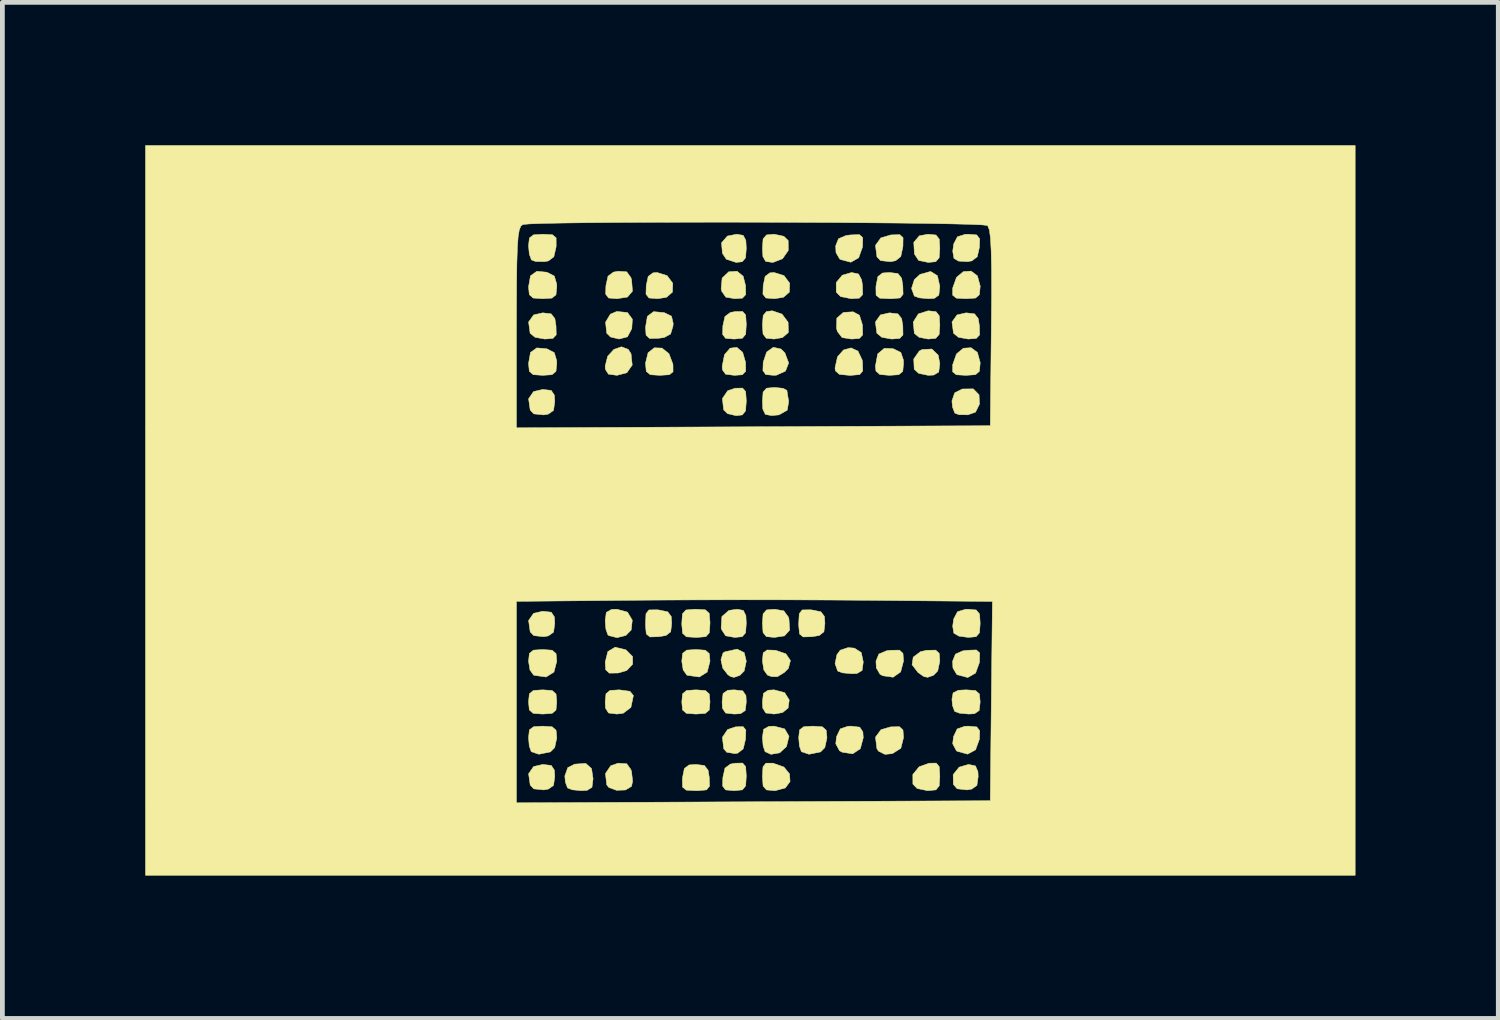
<source format=kicad_pcb>
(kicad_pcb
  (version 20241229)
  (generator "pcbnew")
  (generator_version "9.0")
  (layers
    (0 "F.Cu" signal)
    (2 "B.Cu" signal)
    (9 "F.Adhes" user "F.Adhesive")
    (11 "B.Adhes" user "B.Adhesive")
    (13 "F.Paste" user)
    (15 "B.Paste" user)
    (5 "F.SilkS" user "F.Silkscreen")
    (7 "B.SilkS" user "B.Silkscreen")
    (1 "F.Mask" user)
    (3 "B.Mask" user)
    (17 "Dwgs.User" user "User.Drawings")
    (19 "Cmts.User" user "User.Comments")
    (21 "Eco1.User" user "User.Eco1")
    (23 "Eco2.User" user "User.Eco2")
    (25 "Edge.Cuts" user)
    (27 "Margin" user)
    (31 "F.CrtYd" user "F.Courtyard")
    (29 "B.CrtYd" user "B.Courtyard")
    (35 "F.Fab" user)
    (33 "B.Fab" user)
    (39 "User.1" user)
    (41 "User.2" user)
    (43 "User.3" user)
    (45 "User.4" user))
  (footprint "OL45Logo"
    (layer "F.Cu")
    (at 12.705 7.625)
    (property "Reference" "OL45Logo" (at 0 0 0) (layer "F.SilkS") (effects (font (size 1.524 1.524) (thickness 0.3))))
    (attr through_hole)
    (fp_poly (pts (xy -2.58 -4.113) (xy -2.477 -3.973) (xy -2.489 -3.774) (xy -2.58 -3.603) (xy -2.756 -3.556) (xy -2.935 -3.599) (xy -3.015 -3.678) (xy -3.04 -3.91) (xy -2.939 -4.079) (xy -2.805 -4.135) (xy -2.58 -4.113)) (stroke (width 0.01) (type solid)) (fill yes) (layer "F.SilkS"))
    (fp_poly (pts (xy -4.182 -4.085) (xy -4.104 -3.985) (xy -4.08 -3.831) (xy -4.076 -3.643) (xy -4.146 -3.569) (xy -4.315 -3.556) (xy -4.521 -3.593) (xy -4.624 -3.678) (xy -4.656 -3.914) (xy -4.549 -4.063) (xy -4.359 -4.106) (xy -4.182 -4.085)) (stroke (width 0.01) (type solid)) (fill yes) (layer "F.SilkS"))
    (fp_poly (pts (xy -4.18 -2.477) (xy -4.114 -2.377) (xy -4.106 -2.244) (xy -4.132 -2.058) (xy -4.242 -1.98) (xy -4.34 -1.963) (xy -4.547 -1.985) (xy -4.622 -2.064) (xy -4.656 -2.302) (xy -4.552 -2.453) (xy -4.359 -2.498) (xy -4.18 -2.477)) (stroke (width 0.01) (type solid)) (fill yes) (layer "F.SilkS"))
    (fp_poly (pts (xy -4.18 2.18) (xy -4.114 2.279) (xy -4.106 2.413) (xy -4.132 2.599) (xy -4.242 2.677) (xy -4.34 2.694) (xy -4.547 2.671) (xy -4.622 2.593) (xy -4.656 2.354) (xy -4.552 2.204) (xy -4.359 2.159) (xy -4.18 2.18)) (stroke (width 0.01) (type solid)) (fill yes) (layer "F.SilkS"))
    (fp_poly (pts (xy -4.18 5.397) (xy -4.114 5.497) (xy -4.106 5.63) (xy -4.132 5.816) (xy -4.242 5.894) (xy -4.34 5.911) (xy -4.547 5.889) (xy -4.622 5.81) (xy -4.656 5.572) (xy -4.552 5.421) (xy -4.359 5.376) (xy -4.18 5.397)) (stroke (width 0.01) (type solid)) (fill yes) (layer "F.SilkS"))
    (fp_poly (pts (xy -2.615 2.969) (xy -2.613 2.969) (xy -2.472 3.111) (xy -2.471 3.271) (xy -2.594 3.403) (xy -2.773 3.456) (xy -2.961 3.459) (xy -3.036 3.39) (xy -3.048 3.232) (xy -2.992 3.006) (xy -2.839 2.914) (xy -2.615 2.969)) (stroke (width 0.01) (type solid)) (fill yes) (layer "F.SilkS"))
    (fp_poly (pts (xy -2.563 -3.339) (xy -2.505 -3.248) (xy -2.48 -3.01) (xy -2.593 -2.848) (xy -2.8 -2.794) (xy -2.98 -2.819) (xy -3.044 -2.921) (xy -3.048 -2.989) (xy -2.995 -3.196) (xy -2.865 -3.338) (xy -2.706 -3.393) (xy -2.563 -3.339)) (stroke (width 0.01) (type solid)) (fill yes) (layer "F.SilkS"))
    (fp_poly (pts (xy -2.527 3.841) (xy -2.455 3.93) (xy -2.508 4.179) (xy -2.671 4.302) (xy -2.803 4.318) (xy -2.977 4.296) (xy -3.041 4.194) (xy -3.048 4.064) (xy -3.031 3.893) (xy -2.948 3.823) (xy -2.752 3.81) (xy -2.527 3.841)) (stroke (width 0.01) (type solid)) (fill yes) (layer "F.SilkS"))
    (fp_poly (pts (xy -1.748 -4.888) (xy -1.629 -4.728) (xy -1.635 -4.541) (xy -1.762 -4.432) (xy -1.95 -4.403) (xy -2.128 -4.418) (xy -2.191 -4.498) (xy -2.186 -4.678) (xy -2.144 -4.872) (xy -2.044 -4.946) (xy -1.957 -4.953) (xy -1.748 -4.888)) (stroke (width 0.01) (type solid)) (fill yes) (layer "F.SilkS"))
    (fp_poly (pts (xy -0.161 -3.277) (xy -0.1 -3.068) (xy -0.097 -2.88) (xy -0.167 -2.806) (xy -0.333 -2.794) (xy -0.519 -2.817) (xy -0.586 -2.91) (xy -0.591 -2.985) (xy -0.542 -3.229) (xy -0.425 -3.364) (xy -0.284 -3.382) (xy -0.161 -3.277)) (stroke (width 0.01) (type solid)) (fill yes) (layer "F.SilkS"))
    (fp_poly (pts (xy -0.15 -4.875) (xy -0.1 -4.677) (xy -0.097 -4.489) (xy -0.166 -4.415) (xy -0.323 -4.403) (xy -0.514 -4.435) (xy -0.6 -4.558) (xy -0.613 -4.614) (xy -0.592 -4.837) (xy -0.454 -4.968) (xy -0.279 -4.98) (xy -0.15 -4.875)) (stroke (width 0.01) (type solid)) (fill yes) (layer "F.SilkS"))
    (fp_poly (pts (xy -0.149 -5.733) (xy -0.094 -5.628) (xy -0.085 -5.461) (xy -0.1 -5.261) (xy -0.171 -5.179) (xy -0.299 -5.165) (xy -0.503 -5.231) (xy -0.586 -5.355) (xy -0.605 -5.577) (xy -0.482 -5.718) (xy -0.286 -5.757) (xy -0.149 -5.733)) (stroke (width 0.01) (type solid)) (fill yes) (layer "F.SilkS"))
    (fp_poly (pts (xy -0.094 4.654) (xy -0.1 4.841) (xy -0.149 5.049) (xy -0.264 5.138) (xy -0.318 5.149) (xy -0.494 5.121) (xy -0.558 5.049) (xy -0.587 4.807) (xy -0.477 4.643) (xy -0.311 4.587) (xy -0.151 4.583) (xy -0.094 4.654)) (stroke (width 0.01) (type solid)) (fill yes) (layer "F.SilkS"))
    (fp_poly (pts (xy 0.645 -3.346) (xy 0.726 -3.265) (xy 0.805 -3.054) (xy 0.738 -2.883) (xy 0.547 -2.797) (xy 0.493 -2.794) (xy 0.323 -2.81) (xy 0.264 -2.894) (xy 0.27 -3.068) (xy 0.343 -3.284) (xy 0.483 -3.383) (xy 0.645 -3.346)) (stroke (width 0.01) (type solid)) (fill yes) (layer "F.SilkS"))
    (fp_poly (pts (xy 0.707 -4.888) (xy 0.826 -4.728) (xy 0.82 -4.541) (xy 0.693 -4.432) (xy 0.505 -4.403) (xy 0.327 -4.418) (xy 0.264 -4.498) (xy 0.27 -4.678) (xy 0.311 -4.872) (xy 0.411 -4.946) (xy 0.499 -4.953) (xy 0.707 -4.888)) (stroke (width 0.01) (type solid)) (fill yes) (layer "F.SilkS"))
    (fp_poly (pts (xy 0.72 3.868) (xy 0.817 4.022) (xy 0.793 4.191) (xy 0.678 4.286) (xy 0.499 4.318) (xy 0.325 4.296) (xy 0.261 4.194) (xy 0.254 4.064) (xy 0.275 3.884) (xy 0.374 3.818) (xy 0.499 3.81) (xy 0.72 3.868)) (stroke (width 0.01) (type solid)) (fill yes) (layer "F.SilkS"))
    (fp_poly (pts (xy 0.721 4.63) (xy 0.812 4.784) (xy 0.759 5.001) (xy 0.618 5.131) (xy 0.433 5.164) (xy 0.31 5.108) (xy 0.269 4.99) (xy 0.254 4.812) (xy 0.278 4.639) (xy 0.386 4.578) (xy 0.499 4.572) (xy 0.721 4.63)) (stroke (width 0.01) (type solid)) (fill yes) (layer "F.SilkS"))
    (fp_poly (pts (xy 2.272 -4.922) (xy 2.338 -4.796) (xy 2.355 -4.678) (xy 2.359 -4.489) (xy 2.289 -4.415) (xy 2.119 -4.403) (xy 1.895 -4.448) (xy 1.804 -4.541) (xy 1.803 -4.742) (xy 1.93 -4.896) (xy 2.126 -4.953) (xy 2.272 -4.922)) (stroke (width 0.01) (type solid)) (fill yes) (layer "F.SilkS"))
    (fp_poly (pts (xy 3.099 -4.085) (xy 3.177 -3.985) (xy 3.202 -3.831) (xy 3.205 -3.643) (xy 3.136 -3.569) (xy 2.966 -3.556) (xy 2.761 -3.593) (xy 2.657 -3.678) (xy 2.626 -3.914) (xy 2.732 -4.063) (xy 2.922 -4.106) (xy 3.099 -4.085)) (stroke (width 0.01) (type solid)) (fill yes) (layer "F.SilkS"))
    (fp_poly (pts (xy 3.205 4.653) (xy 3.217 4.812) (xy 3.16 5.037) (xy 2.983 5.149) (xy 2.827 5.165) (xy 2.691 5.097) (xy 2.657 5.043) (xy 2.628 4.803) (xy 2.744 4.646) (xy 2.943 4.588) (xy 3.131 4.584) (xy 3.205 4.653)) (stroke (width 0.01) (type solid)) (fill yes) (layer "F.SilkS"))
    (fp_poly (pts (xy 3.899 -5.74) (xy 3.967 -5.653) (xy 3.979 -5.461) (xy 3.965 -5.262) (xy 3.893 -5.18) (xy 3.735 -5.165) (xy 3.533 -5.207) (xy 3.445 -5.342) (xy 3.432 -5.587) (xy 3.549 -5.724) (xy 3.734 -5.757) (xy 3.899 -5.74)) (stroke (width 0.01) (type solid)) (fill yes) (layer "F.SilkS"))
    (fp_poly (pts (xy 3.899 -4.131) (xy 3.967 -4.044) (xy 3.979 -3.852) (xy 3.965 -3.653) (xy 3.893 -3.571) (xy 3.734 -3.556) (xy 3.543 -3.593) (xy 3.444 -3.675) (xy 3.42 -3.912) (xy 3.528 -4.084) (xy 3.735 -4.149) (xy 3.899 -4.131)) (stroke (width 0.01) (type solid)) (fill yes) (layer "F.SilkS"))
    (fp_poly (pts (xy 3.945 -3.218) (xy 3.979 -3.039) (xy 3.956 -2.863) (xy 3.85 -2.8) (xy 3.734 -2.794) (xy 3.536 -2.835) (xy 3.441 -2.921) (xy 3.431 -3.136) (xy 3.546 -3.303) (xy 3.605 -3.335) (xy 3.811 -3.347) (xy 3.945 -3.218)) (stroke (width 0.01) (type solid)) (fill yes) (layer "F.SilkS"))
    (fp_poly (pts (xy 4.708 -4.085) (xy 4.786 -3.985) (xy 4.81 -3.831) (xy 4.814 -3.643) (xy 4.744 -3.569) (xy 4.575 -3.556) (xy 4.369 -3.593) (xy 4.266 -3.678) (xy 4.234 -3.914) (xy 4.341 -4.063) (xy 4.531 -4.106) (xy 4.708 -4.085)) (stroke (width 0.01) (type solid)) (fill yes) (layer "F.SilkS"))
    (fp_poly (pts (xy 4.726 5.406) (xy 4.779 5.527) (xy 4.784 5.63) (xy 4.758 5.816) (xy 4.648 5.894) (xy 4.55 5.911) (xy 4.342 5.887) (xy 4.262 5.794) (xy 4.259 5.589) (xy 4.385 5.433) (xy 4.581 5.376) (xy 4.726 5.406)) (stroke (width 0.01) (type solid)) (fill yes) (layer "F.SilkS"))
    (fp_poly (pts (xy 4.802 -2.386) (xy 4.812 -2.19) (xy 4.728 -2.021) (xy 4.569 -1.965) (xy 4.384 -1.967) (xy 4.294 -2) (xy 4.246 -2.125) (xy 4.233 -2.256) (xy 4.291 -2.427) (xy 4.451 -2.507) (xy 4.681 -2.51) (xy 4.802 -2.386)) (stroke (width 0.01) (type solid)) (fill yes) (layer "F.SilkS"))
    (fp_poly (pts (xy -4.271 -4.959) (xy -4.116 -4.879) (xy -4.065 -4.708) (xy -4.064 -4.655) (xy -4.081 -4.485) (xy -4.165 -4.416) (xy -4.36 -4.403) (xy -4.56 -4.417) (xy -4.641 -4.489) (xy -4.657 -4.652) (xy -4.616 -4.884) (xy -4.483 -4.979) (xy -4.271 -4.959)) (stroke (width 0.01) (type solid)) (fill yes) (layer "F.SilkS"))
    (fp_poly (pts (xy -4.271 -3.351) (xy -4.116 -3.27) (xy -4.065 -3.099) (xy -4.064 -3.046) (xy -4.081 -2.877) (xy -4.165 -2.807) (xy -4.36 -2.794) (xy -4.56 -2.808) (xy -4.641 -2.88) (xy -4.657 -3.043) (xy -4.616 -3.275) (xy -4.483 -3.37) (xy -4.271 -3.351)) (stroke (width 0.01) (type solid)) (fill yes) (layer "F.SilkS"))
    (fp_poly (pts (xy -4.161 3.824) (xy -4.08 3.896) (xy -4.064 4.064) (xy -4.081 4.235) (xy -4.164 4.305) (xy -4.36 4.318) (xy -4.559 4.304) (xy -4.641 4.232) (xy -4.657 4.064) (xy -4.64 3.893) (xy -4.556 3.823) (xy -4.36 3.81) (xy -4.161 3.824)) (stroke (width 0.01) (type solid)) (fill yes) (layer "F.SilkS"))
    (fp_poly (pts (xy -4.161 2.978) (xy -4.079 3.049) (xy -4.064 3.208) (xy -4.124 3.437) (xy -4.289 3.54) (xy -4.537 3.505) (xy -4.551 3.5) (xy -4.627 3.393) (xy -4.657 3.21) (xy -4.639 3.044) (xy -4.554 2.976) (xy -4.36 2.963) (xy -4.161 2.978)) (stroke (width 0.01) (type solid)) (fill yes) (layer "F.SilkS"))
    (fp_poly (pts (xy -4.161 4.586) (xy -4.079 4.658) (xy -4.064 4.817) (xy -4.108 5.023) (xy -4.198 5.113) (xy -4.441 5.162) (xy -4.6 5.108) (xy -4.642 4.99) (xy -4.657 4.812) (xy -4.639 4.65) (xy -4.55 4.584) (xy -4.36 4.572) (xy -4.161 4.586)) (stroke (width 0.01) (type solid)) (fill yes) (layer "F.SilkS"))
    (fp_poly (pts (xy -3.334 5.463) (xy -3.302 5.678) (xy -3.325 5.856) (xy -3.427 5.92) (xy -3.542 5.927) (xy -3.736 5.909) (xy -3.838 5.87) (xy -3.883 5.749) (xy -3.895 5.618) (xy -3.833 5.443) (xy -3.688 5.37) (xy -3.456 5.354) (xy -3.334 5.463)) (stroke (width 0.01) (type solid)) (fill yes) (layer "F.SilkS"))
    (fp_poly (pts (xy -2.595 -4.967) (xy -2.507 -4.845) (xy -2.493 -4.794) (xy -2.475 -4.56) (xy -2.581 -4.437) (xy -2.804 -4.403) (xy -2.977 -4.418) (xy -3.038 -4.501) (xy -3.032 -4.678) (xy -2.988 -4.876) (xy -2.875 -4.961) (xy -2.776 -4.98) (xy -2.595 -4.967)) (stroke (width 0.01) (type solid)) (fill yes) (layer "F.SilkS"))
    (fp_poly (pts (xy -2.595 5.362) (xy -2.507 5.485) (xy -2.493 5.536) (xy -2.472 5.73) (xy -2.495 5.837) (xy -2.623 5.913) (xy -2.811 5.919) (xy -2.971 5.86) (xy -3.015 5.805) (xy -3.042 5.567) (xy -2.931 5.403) (xy -2.775 5.35) (xy -2.595 5.362)) (stroke (width 0.01) (type solid)) (fill yes) (layer "F.SilkS"))
    (fp_poly (pts (xy -2.579 2.178) (xy -2.479 2.346) (xy -2.501 2.552) (xy -2.613 2.667) (xy -2.798 2.714) (xy -2.968 2.672) (xy -2.992 2.653) (xy -3.033 2.534) (xy -3.048 2.357) (xy -3.024 2.184) (xy -2.916 2.122) (xy -2.803 2.117) (xy -2.579 2.178)) (stroke (width 0.01) (type solid)) (fill yes) (layer "F.SilkS"))
    (fp_poly (pts (xy -1.81 -4.111) (xy -1.655 -4.036) (xy -1.62 -3.885) (xy -1.624 -3.828) (xy -1.674 -3.662) (xy -1.807 -3.589) (xy -1.926 -3.572) (xy -2.115 -3.568) (xy -2.189 -3.637) (xy -2.201 -3.8) (xy -2.162 -4.034) (xy -2.031 -4.131) (xy -1.81 -4.111)) (stroke (width 0.01) (type solid)) (fill yes) (layer "F.SilkS"))
    (fp_poly (pts (xy -0.944 3.824) (xy -0.862 3.896) (xy -0.847 4.064) (xy -0.863 4.235) (xy -0.947 4.305) (xy -1.143 4.318) (xy -1.342 4.304) (xy -1.424 4.232) (xy -1.439 4.064) (xy -1.423 3.893) (xy -1.339 3.823) (xy -1.143 3.81) (xy -0.944 3.824)) (stroke (width 0.01) (type solid)) (fill yes) (layer "F.SilkS"))
    (fp_poly (pts (xy -0.944 2.978) (xy -0.862 3.049) (xy -0.847 3.208) (xy -0.906 3.437) (xy -1.071 3.54) (xy -1.32 3.505) (xy -1.333 3.5) (xy -1.41 3.393) (xy -1.439 3.21) (xy -1.422 3.044) (xy -1.336 2.976) (xy -1.143 2.963) (xy -0.944 2.978)) (stroke (width 0.01) (type solid)) (fill yes) (layer "F.SilkS"))
    (fp_poly (pts (xy -0.159 3.831) (xy -0.092 3.93) (xy -0.085 4.064) (xy -0.106 4.244) (xy -0.205 4.31) (xy -0.339 4.318) (xy -0.519 4.297) (xy -0.585 4.198) (xy -0.593 4.064) (xy -0.572 3.884) (xy -0.473 3.818) (xy -0.339 3.81) (xy -0.159 3.831)) (stroke (width 0.01) (type solid)) (fill yes) (layer "F.SilkS"))
    (fp_poly (pts (xy -0.147 2.142) (xy -0.093 2.251) (xy -0.085 2.413) (xy -0.099 2.612) (xy -0.171 2.694) (xy -0.329 2.709) (xy -0.518 2.675) (xy -0.603 2.546) (xy -0.613 2.502) (xy -0.597 2.27) (xy -0.449 2.142) (xy -0.279 2.117) (xy -0.147 2.142)) (stroke (width 0.01) (type solid)) (fill yes) (layer "F.SilkS"))
    (fp_poly (pts (xy -0.128 3.029) (xy -0.085 3.208) (xy -0.129 3.414) (xy -0.219 3.505) (xy -0.342 3.548) (xy -0.412 3.532) (xy -0.473 3.491) (xy -0.58 3.353) (xy -0.617 3.177) (xy -0.574 3.038) (xy -0.534 3.011) (xy -0.277 2.955) (xy -0.128 3.029)) (stroke (width 0.01) (type solid)) (fill yes) (layer "F.SilkS"))
    (fp_poly (pts (xy -0.098 -2.453) (xy -0.085 -2.258) (xy -0.085 -2.249) (xy -0.1 -2.047) (xy -0.168 -1.963) (xy -0.299 -1.947) (xy -0.479 -1.99) (xy -0.56 -2.069) (xy -0.587 -2.307) (xy -0.475 -2.471) (xy -0.317 -2.524) (xy -0.162 -2.526) (xy -0.098 -2.453)) (stroke (width 0.01) (type solid)) (fill yes) (layer "F.SilkS"))
    (fp_poly (pts (xy 0.528 2.979) (xy 0.746 3.053) (xy 0.842 3.194) (xy 0.799 3.36) (xy 0.713 3.445) (xy 0.567 3.534) (xy 0.446 3.532) (xy 0.36 3.5) (xy 0.284 3.393) (xy 0.254 3.205) (xy 0.27 3.033) (xy 0.353 2.973) (xy 0.528 2.979)) (stroke (width 0.01) (type solid)) (fill yes) (layer "F.SilkS"))
    (fp_poly (pts (xy 0.666 -4.079) (xy 0.793 -3.909) (xy 0.799 -3.702) (xy 0.795 -3.689) (xy 0.675 -3.587) (xy 0.499 -3.556) (xy 0.334 -3.573) (xy 0.267 -3.66) (xy 0.254 -3.852) (xy 0.27 -4.053) (xy 0.341 -4.135) (xy 0.463 -4.149) (xy 0.666 -4.079)) (stroke (width 0.01) (type solid)) (fill yes) (layer "F.SilkS"))
    (fp_poly (pts (xy 0.703 2.151) (xy 0.798 2.28) (xy 0.811 2.324) (xy 0.826 2.555) (xy 0.717 2.677) (xy 0.503 2.709) (xy 0.336 2.692) (xy 0.267 2.607) (xy 0.254 2.413) (xy 0.268 2.214) (xy 0.34 2.132) (xy 0.506 2.117) (xy 0.703 2.151)) (stroke (width 0.01) (type solid)) (fill yes) (layer "F.SilkS"))
    (fp_poly (pts (xy 0.704 -5.713) (xy 0.795 -5.624) (xy 0.797 -5.416) (xy 0.677 -5.243) (xy 0.476 -5.165) (xy 0.463 -5.165) (xy 0.321 -5.187) (xy 0.264 -5.288) (xy 0.254 -5.461) (xy 0.268 -5.66) (xy 0.34 -5.742) (xy 0.499 -5.757) (xy 0.704 -5.713)) (stroke (width 0.01) (type solid)) (fill yes) (layer "F.SilkS"))
    (fp_poly (pts (xy 1.512 4.586) (xy 1.593 4.658) (xy 1.609 4.817) (xy 1.564 5.023) (xy 1.475 5.113) (xy 1.232 5.162) (xy 1.072 5.108) (xy 1.031 4.99) (xy 1.016 4.812) (xy 1.034 4.65) (xy 1.122 4.584) (xy 1.312 4.572) (xy 1.512 4.586)) (stroke (width 0.01) (type solid)) (fill yes) (layer "F.SilkS"))
    (fp_poly (pts (xy 2.291 -4.056) (xy 2.352 -3.86) (xy 2.355 -3.831) (xy 2.359 -3.643) (xy 2.289 -3.568) (xy 2.124 -3.556) (xy 1.927 -3.587) (xy 1.83 -3.711) (xy 1.81 -3.777) (xy 1.816 -3.995) (xy 1.953 -4.115) (xy 2.159 -4.128) (xy 2.291 -4.056)) (stroke (width 0.01) (type solid)) (fill yes) (layer "F.SilkS"))
    (fp_poly (pts (xy 2.298 4.594) (xy 2.363 4.693) (xy 2.371 4.817) (xy 2.309 5.046) (xy 2.149 5.153) (xy 1.929 5.119) (xy 1.872 5.088) (xy 1.794 4.942) (xy 1.81 4.793) (xy 1.889 4.629) (xy 2.051 4.574) (xy 2.118 4.572) (xy 2.298 4.594)) (stroke (width 0.01) (type solid)) (fill yes) (layer "F.SilkS"))
    (fp_poly (pts (xy 2.997 -3.354) (xy 3.16 -3.275) (xy 3.215 -3.114) (xy 3.217 -3.046) (xy 3.201 -2.877) (xy 3.116 -2.807) (xy 2.921 -2.794) (xy 2.719 -2.811) (xy 2.638 -2.882) (xy 2.626 -2.985) (xy 2.674 -3.244) (xy 2.814 -3.362) (xy 2.997 -3.354)) (stroke (width 0.01) (type solid)) (fill yes) (layer "F.SilkS"))
    (fp_poly (pts (xy 3.205 3.044) (xy 3.217 3.203) (xy 3.156 3.434) (xy 2.998 3.545) (xy 2.781 3.514) (xy 2.723 3.482) (xy 2.646 3.351) (xy 2.638 3.208) (xy 2.699 3.058) (xy 2.859 2.99) (xy 2.942 2.979) (xy 3.131 2.976) (xy 3.205 3.044)) (stroke (width 0.01) (type solid)) (fill yes) (layer "F.SilkS"))
    (fp_poly (pts (xy 3.207 -5.685) (xy 3.204 -5.505) (xy 3.202 -5.488) (xy 3.159 -5.288) (xy 3.051 -5.201) (xy 2.942 -5.18) (xy 2.735 -5.203) (xy 2.659 -5.281) (xy 2.627 -5.523) (xy 2.741 -5.681) (xy 2.949 -5.742) (xy 3.138 -5.748) (xy 3.207 -5.685)) (stroke (width 0.01) (type solid)) (fill yes) (layer "F.SilkS"))
    (fp_poly (pts (xy 3.928 -4.887) (xy 3.979 -4.66) (xy 3.979 -4.659) (xy 3.958 -4.478) (xy 3.863 -4.41) (xy 3.739 -4.403) (xy 3.546 -4.421) (xy 3.443 -4.459) (xy 3.385 -4.619) (xy 3.443 -4.802) (xy 3.563 -4.914) (xy 3.785 -4.975) (xy 3.928 -4.887)) (stroke (width 0.01) (type solid)) (fill yes) (layer "F.SilkS"))
    (fp_poly (pts (xy 3.967 3.045) (xy 3.979 3.203) (xy 3.935 3.413) (xy 3.845 3.505) (xy 3.723 3.547) (xy 3.641 3.53) (xy 3.521 3.445) (xy 3.396 3.283) (xy 3.42 3.123) (xy 3.574 3.008) (xy 3.705 2.979) (xy 3.893 2.976) (xy 3.967 3.045)) (stroke (width 0.01) (type solid)) (fill yes) (layer "F.SilkS"))
    (fp_poly (pts (xy 4.754 4.588) (xy 4.816 4.669) (xy 4.81 4.847) (xy 4.729 5.07) (xy 4.561 5.16) (xy 4.342 5.099) (xy 4.328 5.09) (xy 4.249 4.942) (xy 4.266 4.793) (xy 4.343 4.631) (xy 4.501 4.575) (xy 4.579 4.572) (xy 4.754 4.588)) (stroke (width 0.01) (type solid)) (fill yes) (layer "F.SilkS"))
    (fp_poly (pts (xy 2.185 2.934) (xy 2.329 3.026) (xy 2.371 3.223) (xy 2.371 3.227) (xy 2.347 3.403) (xy 2.241 3.466) (xy 2.131 3.471) (xy 1.937 3.453) (xy 1.834 3.415) (xy 1.779 3.259) (xy 1.819 3.07) (xy 1.888 2.977) (xy 2.053 2.923) (xy 2.185 2.934)) (stroke (width 0.01) (type solid)) (fill yes) (layer "F.SilkS"))
    (fp_poly (pts (xy 2.26 -3.303) (xy 2.348 -3.117) (xy 2.355 -3.068) (xy 2.36 -2.886) (xy 2.296 -2.81) (xy 2.117 -2.794) (xy 2.08 -2.794) (xy 1.87 -2.814) (xy 1.786 -2.889) (xy 1.778 -2.947) (xy 1.83 -3.183) (xy 1.957 -3.327) (xy 2.115 -3.37) (xy 2.26 -3.303)) (stroke (width 0.01) (type solid)) (fill yes) (layer "F.SilkS"))
    (fp_poly (pts (xy 2.36 -5.685) (xy 2.357 -5.505) (xy 2.355 -5.488) (xy 2.275 -5.262) (xy 2.11 -5.169) (xy 1.894 -5.226) (xy 1.876 -5.237) (xy 1.799 -5.37) (xy 1.792 -5.513) (xy 1.851 -5.662) (xy 2.007 -5.729) (xy 2.101 -5.742) (xy 2.291 -5.749) (xy 2.36 -5.685)) (stroke (width 0.01) (type solid)) (fill yes) (layer "F.SilkS"))
    (fp_poly (pts (xy 3.967 5.424) (xy 3.979 5.623) (xy 3.979 5.625) (xy 3.966 5.826) (xy 3.897 5.91) (xy 3.729 5.927) (xy 3.723 5.927) (xy 3.502 5.881) (xy 3.413 5.788) (xy 3.412 5.586) (xy 3.546 5.424) (xy 3.755 5.35) (xy 3.904 5.348) (xy 3.967 5.424)) (stroke (width 0.01) (type solid)) (fill yes) (layer "F.SilkS"))
    (fp_poly (pts (xy 4.729 3.824) (xy 4.81 3.896) (xy 4.826 4.064) (xy 4.805 4.244) (xy 4.707 4.311) (xy 4.586 4.318) (xy 4.392 4.3) (xy 4.29 4.262) (xy 4.245 4.14) (xy 4.233 4.008) (xy 4.258 3.873) (xy 4.366 3.819) (xy 4.53 3.81) (xy 4.729 3.824)) (stroke (width 0.01) (type solid)) (fill yes) (layer "F.SilkS"))
    (fp_poly (pts (xy 4.743 2.133) (xy 4.813 2.218) (xy 4.826 2.413) (xy 4.812 2.612) (xy 4.74 2.694) (xy 4.577 2.709) (xy 4.38 2.682) (xy 4.273 2.62) (xy 4.249 2.475) (xy 4.269 2.324) (xy 4.35 2.169) (xy 4.521 2.118) (xy 4.574 2.117) (xy 4.743 2.133)) (stroke (width 0.01) (type solid)) (fill yes) (layer "F.SilkS"))
    (fp_poly (pts (xy 4.754 -5.742) (xy 4.816 -5.66) (xy 4.81 -5.482) (xy 4.765 -5.284) (xy 4.653 -5.198) (xy 4.559 -5.181) (xy 4.372 -5.193) (xy 4.276 -5.249) (xy 4.25 -5.398) (xy 4.269 -5.55) (xy 4.348 -5.703) (xy 4.515 -5.756) (xy 4.579 -5.757) (xy 4.754 -5.742)) (stroke (width 0.01) (type solid)) (fill yes) (layer "F.SilkS"))
    (fp_poly (pts (xy 4.816 3.035) (xy 4.812 3.215) (xy 4.811 3.233) (xy 4.73 3.458) (xy 4.565 3.551) (xy 4.349 3.494) (xy 4.332 3.483) (xy 4.254 3.351) (xy 4.247 3.208) (xy 4.307 3.059) (xy 4.462 2.991) (xy 4.557 2.979) (xy 4.746 2.972) (xy 4.816 3.035)) (stroke (width 0.01) (type solid)) (fill yes) (layer "F.SilkS"))
    (fp_poly (pts (xy -4.155 -5.746) (xy -4.078 -5.681) (xy -4.077 -5.516) (xy -4.08 -5.482) (xy -4.126 -5.283) (xy -4.239 -5.197) (xy -4.321 -5.182) (xy -4.506 -5.184) (xy -4.596 -5.217) (xy -4.641 -5.339) (xy -4.657 -5.517) (xy -4.639 -5.678) (xy -4.553 -5.744) (xy -4.355 -5.757) (xy -4.155 -5.746)) (stroke (width 0.01) (type solid)) (fill yes) (layer "F.SilkS"))
    (fp_poly (pts (xy -1.926 2.132) (xy -1.735 2.171) (xy -1.661 2.269) (xy -1.651 2.413) (xy -1.672 2.591) (xy -1.772 2.669) (xy -1.926 2.694) (xy -2.108 2.699) (xy -2.185 2.637) (xy -2.201 2.46) (xy -2.201 2.413) (xy -2.191 2.211) (xy -2.128 2.132) (xy -1.968 2.129) (xy -1.926 2.132)) (stroke (width 0.01) (type solid)) (fill yes) (layer "F.SilkS"))
    (fp_poly (pts (xy -1.855 -3.366) (xy -1.709 -3.25) (xy -1.626 -3.029) (xy -1.624 -3.018) (xy -1.623 -2.869) (xy -1.699 -2.807) (xy -1.898 -2.794) (xy -1.899 -2.794) (xy -2.101 -2.807) (xy -2.185 -2.877) (xy -2.201 -3.045) (xy -2.201 -3.051) (xy -2.147 -3.268) (xy -2.017 -3.372) (xy -1.855 -3.366)) (stroke (width 0.01) (type solid)) (fill yes) (layer "F.SilkS"))
    (fp_poly (pts (xy -0.965 5.398) (xy -0.887 5.497) (xy -0.862 5.652) (xy -0.857 5.833) (xy -0.919 5.91) (xy -1.096 5.927) (xy -1.143 5.927) (xy -1.345 5.916) (xy -1.424 5.853) (xy -1.427 5.694) (xy -1.424 5.652) (xy -1.385 5.461) (xy -1.287 5.387) (xy -1.143 5.376) (xy -0.965 5.398)) (stroke (width 0.01) (type solid)) (fill yes) (layer "F.SilkS"))
    (fp_poly (pts (xy -0.098 -4.062) (xy -0.085 -3.867) (xy -0.085 -3.858) (xy -0.098 -3.656) (xy -0.167 -3.573) (xy -0.336 -3.556) (xy -0.344 -3.556) (xy -0.52 -3.571) (xy -0.582 -3.653) (xy -0.577 -3.831) (xy -0.533 -4.029) (xy -0.42 -4.114) (xy -0.318 -4.133) (xy -0.162 -4.135) (xy -0.098 -4.062)) (stroke (width 0.01) (type solid)) (fill yes) (layer "F.SilkS"))
    (fp_poly (pts (xy -0.098 5.421) (xy -0.085 5.616) (xy -0.085 5.625) (xy -0.098 5.826) (xy -0.167 5.91) (xy -0.336 5.927) (xy -0.344 5.927) (xy -0.52 5.911) (xy -0.582 5.83) (xy -0.577 5.652) (xy -0.533 5.454) (xy -0.42 5.369) (xy -0.318 5.35) (xy -0.162 5.347) (xy -0.098 5.421)) (stroke (width 0.01) (type solid)) (fill yes) (layer "F.SilkS"))
    (fp_poly (pts (xy 0.477 5.349) (xy 0.478 5.35) (xy 0.704 5.43) (xy 0.823 5.574) (xy 0.834 5.736) (xy 0.735 5.869) (xy 0.522 5.927) (xy 0.511 5.927) (xy 0.339 5.911) (xy 0.268 5.83) (xy 0.254 5.632) (xy 0.254 5.625) (xy 0.266 5.425) (xy 0.328 5.349) (xy 0.477 5.349)) (stroke (width 0.01) (type solid)) (fill yes) (layer "F.SilkS"))
    (fp_poly (pts (xy 0.689 -2.521) (xy 0.768 -2.477) (xy 0.768 -2.477) (xy 0.788 -2.348) (xy 0.806 -2.246) (xy 0.775 -2.062) (xy 0.601 -1.964) (xy 0.445 -1.949) (xy 0.315 -1.974) (xy 0.262 -2.085) (xy 0.254 -2.244) (xy 0.268 -2.443) (xy 0.34 -2.524) (xy 0.508 -2.54) (xy 0.689 -2.521)) (stroke (width 0.01) (type solid)) (fill yes) (layer "F.SilkS"))
    (fp_poly (pts (xy 1.291 2.132) (xy 1.482 2.171) (xy 1.556 2.269) (xy 1.566 2.413) (xy 1.545 2.591) (xy 1.446 2.669) (xy 1.291 2.694) (xy 1.109 2.699) (xy 1.033 2.637) (xy 1.016 2.46) (xy 1.016 2.413) (xy 1.027 2.211) (xy 1.089 2.132) (xy 1.249 2.129) (xy 1.291 2.132)) (stroke (width 0.01) (type solid)) (fill yes) (layer "F.SilkS"))
    (fp_poly (pts (xy 3.099 -4.932) (xy 3.177 -4.832) (xy 3.202 -4.678) (xy 3.207 -4.496) (xy 3.145 -4.419) (xy 2.968 -4.403) (xy 2.921 -4.403) (xy 2.719 -4.413) (xy 2.64 -4.476) (xy 2.637 -4.636) (xy 2.64 -4.678) (xy 2.679 -4.869) (xy 2.777 -4.943) (xy 2.921 -4.953) (xy 3.099 -4.932)) (stroke (width 0.01) (type solid)) (fill yes) (layer "F.SilkS"))
    (fp_poly (pts (xy 4.768 -4.883) (xy 4.826 -4.67) (xy 4.826 -4.659) (xy 4.81 -4.488) (xy 4.729 -4.417) (xy 4.531 -4.403) (xy 4.524 -4.403) (xy 4.324 -4.415) (xy 4.248 -4.477) (xy 4.249 -4.626) (xy 4.249 -4.627) (xy 4.329 -4.852) (xy 4.473 -4.972) (xy 4.635 -4.983) (xy 4.768 -4.883)) (stroke (width 0.01) (type solid)) (fill yes) (layer "F.SilkS"))
    (fp_poly (pts (xy 4.768 -3.275) (xy 4.826 -3.062) (xy 4.826 -3.051) (xy 4.81 -2.879) (xy 4.729 -2.808) (xy 4.531 -2.794) (xy 4.524 -2.794) (xy 4.324 -2.806) (xy 4.248 -2.868) (xy 4.249 -3.017) (xy 4.249 -3.018) (xy 4.329 -3.244) (xy 4.473 -3.363) (xy 4.635 -3.374) (xy 4.768 -3.275)) (stroke (width 0.01) (type solid)) (fill yes) (layer "F.SilkS"))
    (fp_poly (pts (xy -0.944 2.13) (xy -0.863 2.204) (xy -0.847 2.39) (xy -0.847 2.413) (xy -0.86 2.612) (xy -0.934 2.693) (xy -1.12 2.709) (xy -1.143 2.709) (xy -1.342 2.696) (xy -1.423 2.622) (xy -1.439 2.436) (xy -1.439 2.413) (xy -1.426 2.214) (xy -1.352 2.133) (xy -1.166 2.117) (xy -1.143 2.117) (xy -0.944 2.13)) (stroke (width 0.01) (type solid)) (fill yes) (layer "F.SilkS"))
    (fp_poly (pts (xy 12.7 7.705) (xy -12.7 7.705) (xy -12.7 1.952) (xy -4.911 1.952) (xy -4.911 6.182) (xy 0.064 6.16) (xy 5.038 6.138) (xy 5.06 4.046) (xy 5.083 1.954) (xy 2.52 1.93) (xy 1.707 1.924) (xy 0.795 1.92) (xy -0.159 1.919) (xy -1.096 1.921) (xy -1.961 1.925) (xy -2.477 1.929) (xy -4.911 1.952) (xy -12.7 1.952) (xy -12.7 -3.8) (xy -4.911 -3.8) (xy -4.911 -1.692) (xy 0.064 -1.714) (xy 5.038 -1.736) (xy 5.06 -3.804) (xy 5.066 -4.486) (xy 5.065 -5.014) (xy 5.057 -5.407) (xy 5.042 -5.679) (xy 5.019 -5.849) (xy 4.986 -5.931) (xy 4.976 -5.941) (xy 4.874 -5.953) (xy 4.621 -5.964) (xy 4.236 -5.974) (xy 3.738 -5.983) (xy 3.144 -5.991) (xy 2.474 -5.997) (xy 1.746 -6.003) (xy 0.979 -6.006) (xy 0.191 -6.009) (xy -0.599 -6.01) (xy -1.373 -6.009) (xy -2.112 -6.007) (xy -2.797 -6.004) (xy -3.41 -5.999) (xy -3.932 -5.992) (xy -4.345 -5.984) (xy -4.631 -5.974) (xy -4.769 -5.962) (xy -4.777 -5.96) (xy -4.819 -5.927) (xy -4.851 -5.849) (xy -4.875 -5.709) (xy -4.891 -5.487) (xy -4.902 -5.162) (xy -4.908 -4.716) (xy -4.91 -4.129) (xy -4.911 -3.8) (xy -12.7 -3.8) (xy -12.7 -7.62) (xy 12.7 -7.62) (xy 12.7 7.705)) (stroke (width 0.01) (type solid)) (fill yes) (layer "F.SilkS")))
  (gr_rect
    (start -3 -3)
    (end 28.41 18.335)
    (stroke (width 0.1) (type default))
    (fill no)
    (layer "Edge.Cuts")))
</source>
